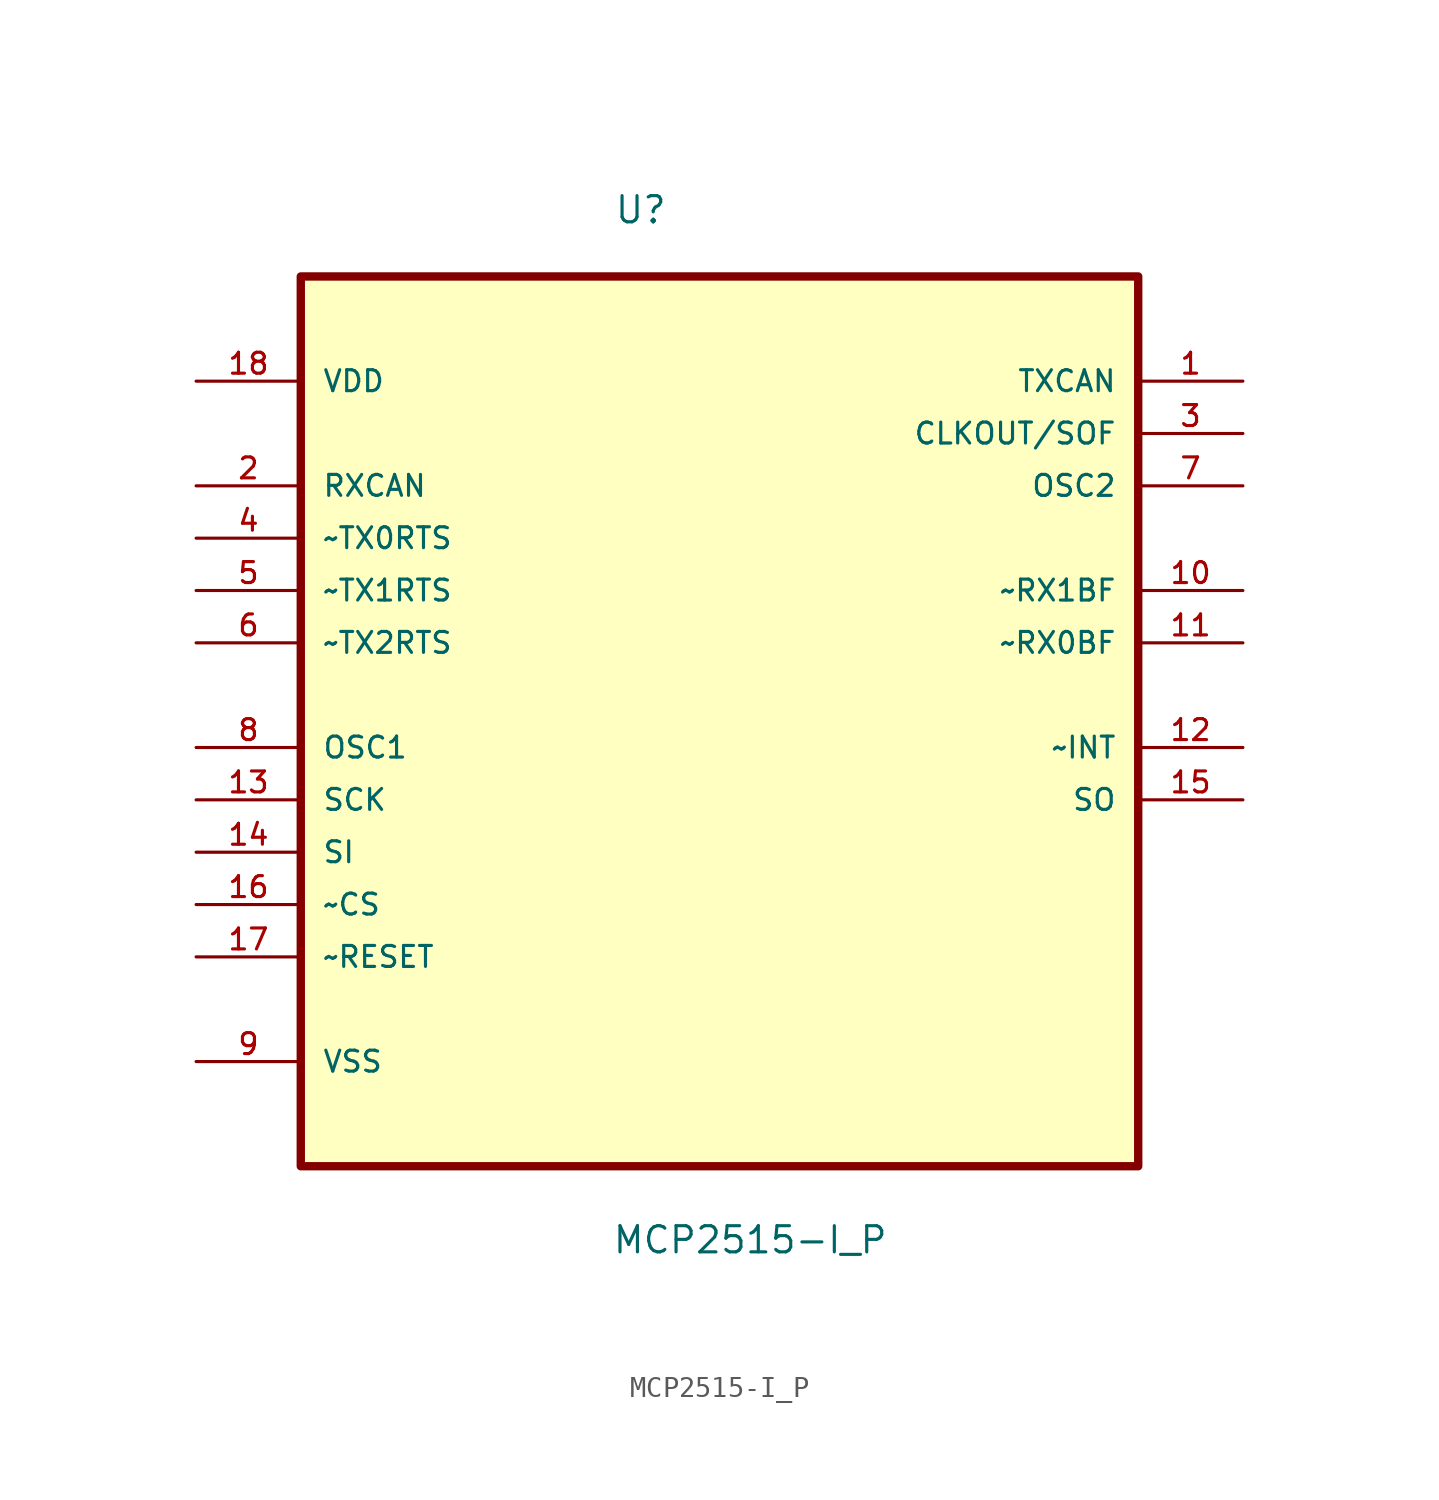
<source format=kicad_sym>
(kicad_symbol_lib
  (version 20211014)
  (generator kicad_symbol_editor)
  (symbol "MCP2515-I_P"
    (pin_names
      (offset 1.016))
    (property "Reference" "U"
      (at -5.131 20.269 0.0)
      (effects (font (size 1.27 1.27)) (justify bottom left)))
    (property "Value" "MCP2515-I_P"
      (at -5.232 -29.718 0.0)
      (effects (font (size 1.27 1.27)) (justify bottom left)))
    (symbol "MCP2515-I_P_0_0"
      (rectangle (start -20.32 -25.4) (end 20.32 17.78) (stroke (width 0.406)) (fill (type background)))
      (pin power_in line (at -25.4 12.7 0) (length 5.08) (name "VDD" (effects (font (size 1.016 1.016)))) (number "18" (effects (font (size 1.016 1.016)))))
      (pin input line (at -25.4 7.62 0) (length 5.08) (name "RXCAN" (effects (font (size 1.016 1.016)))) (number "2" (effects (font (size 1.016 1.016)))))
      (pin input line (at -25.4 5.08 0) (length 5.08) (name "~TX0RTS" (effects (font (size 1.016 1.016)))) (number "4" (effects (font (size 1.016 1.016)))))
      (pin input line (at -25.4 2.54 0) (length 5.08) (name "~TX1RTS" (effects (font (size 1.016 1.016)))) (number "5" (effects (font (size 1.016 1.016)))))
      (pin input line (at -25.4 0.0 0) (length 5.08) (name "~TX2RTS" (effects (font (size 1.016 1.016)))) (number "6" (effects (font (size 1.016 1.016)))))
      (pin input line (at -25.4 -5.08 0) (length 5.08) (name "OSC1" (effects (font (size 1.016 1.016)))) (number "8" (effects (font (size 1.016 1.016)))))
      (pin input line (at -25.4 -7.62 0) (length 5.08) (name "SCK" (effects (font (size 1.016 1.016)))) (number "13" (effects (font (size 1.016 1.016)))))
      (pin input line (at -25.4 -10.16 0) (length 5.08) (name "SI" (effects (font (size 1.016 1.016)))) (number "14" (effects (font (size 1.016 1.016)))))
      (pin input line (at -25.4 -12.7 0) (length 5.08) (name "~CS" (effects (font (size 1.016 1.016)))) (number "16" (effects (font (size 1.016 1.016)))))
      (pin input line (at -25.4 -15.24 0) (length 5.08) (name "~RESET" (effects (font (size 1.016 1.016)))) (number "17" (effects (font (size 1.016 1.016)))))
      (pin power_in line (at -25.4 -20.32 0) (length 5.08) (name "VSS" (effects (font (size 1.016 1.016)))) (number "9" (effects (font (size 1.016 1.016)))))
      (pin output line (at 25.4 12.7 180.0) (length 5.08) (name "TXCAN" (effects (font (size 1.016 1.016)))) (number "1" (effects (font (size 1.016 1.016)))))
      (pin output line (at 25.4 10.16 180.0) (length 5.08) (name "CLKOUT/SOF" (effects (font (size 1.016 1.016)))) (number "3" (effects (font (size 1.016 1.016)))))
      (pin output line (at 25.4 7.62 180.0) (length 5.08) (name "OSC2" (effects (font (size 1.016 1.016)))) (number "7" (effects (font (size 1.016 1.016)))))
      (pin output line (at 25.4 2.54 180.0) (length 5.08) (name "~RX1BF" (effects (font (size 1.016 1.016)))) (number "10" (effects (font (size 1.016 1.016)))))
      (pin output line (at 25.4 0.0 180.0) (length 5.08) (name "~RX0BF" (effects (font (size 1.016 1.016)))) (number "11" (effects (font (size 1.016 1.016)))))
      (pin output line (at 25.4 -5.08 180.0) (length 5.08) (name "~INT" (effects (font (size 1.016 1.016)))) (number "12" (effects (font (size 1.016 1.016)))))
      (pin output line (at 25.4 -7.62 180.0) (length 5.08) (name "SO" (effects (font (size 1.016 1.016)))) (number "15" (effects (font (size 1.016 1.016))))))))
</source>
